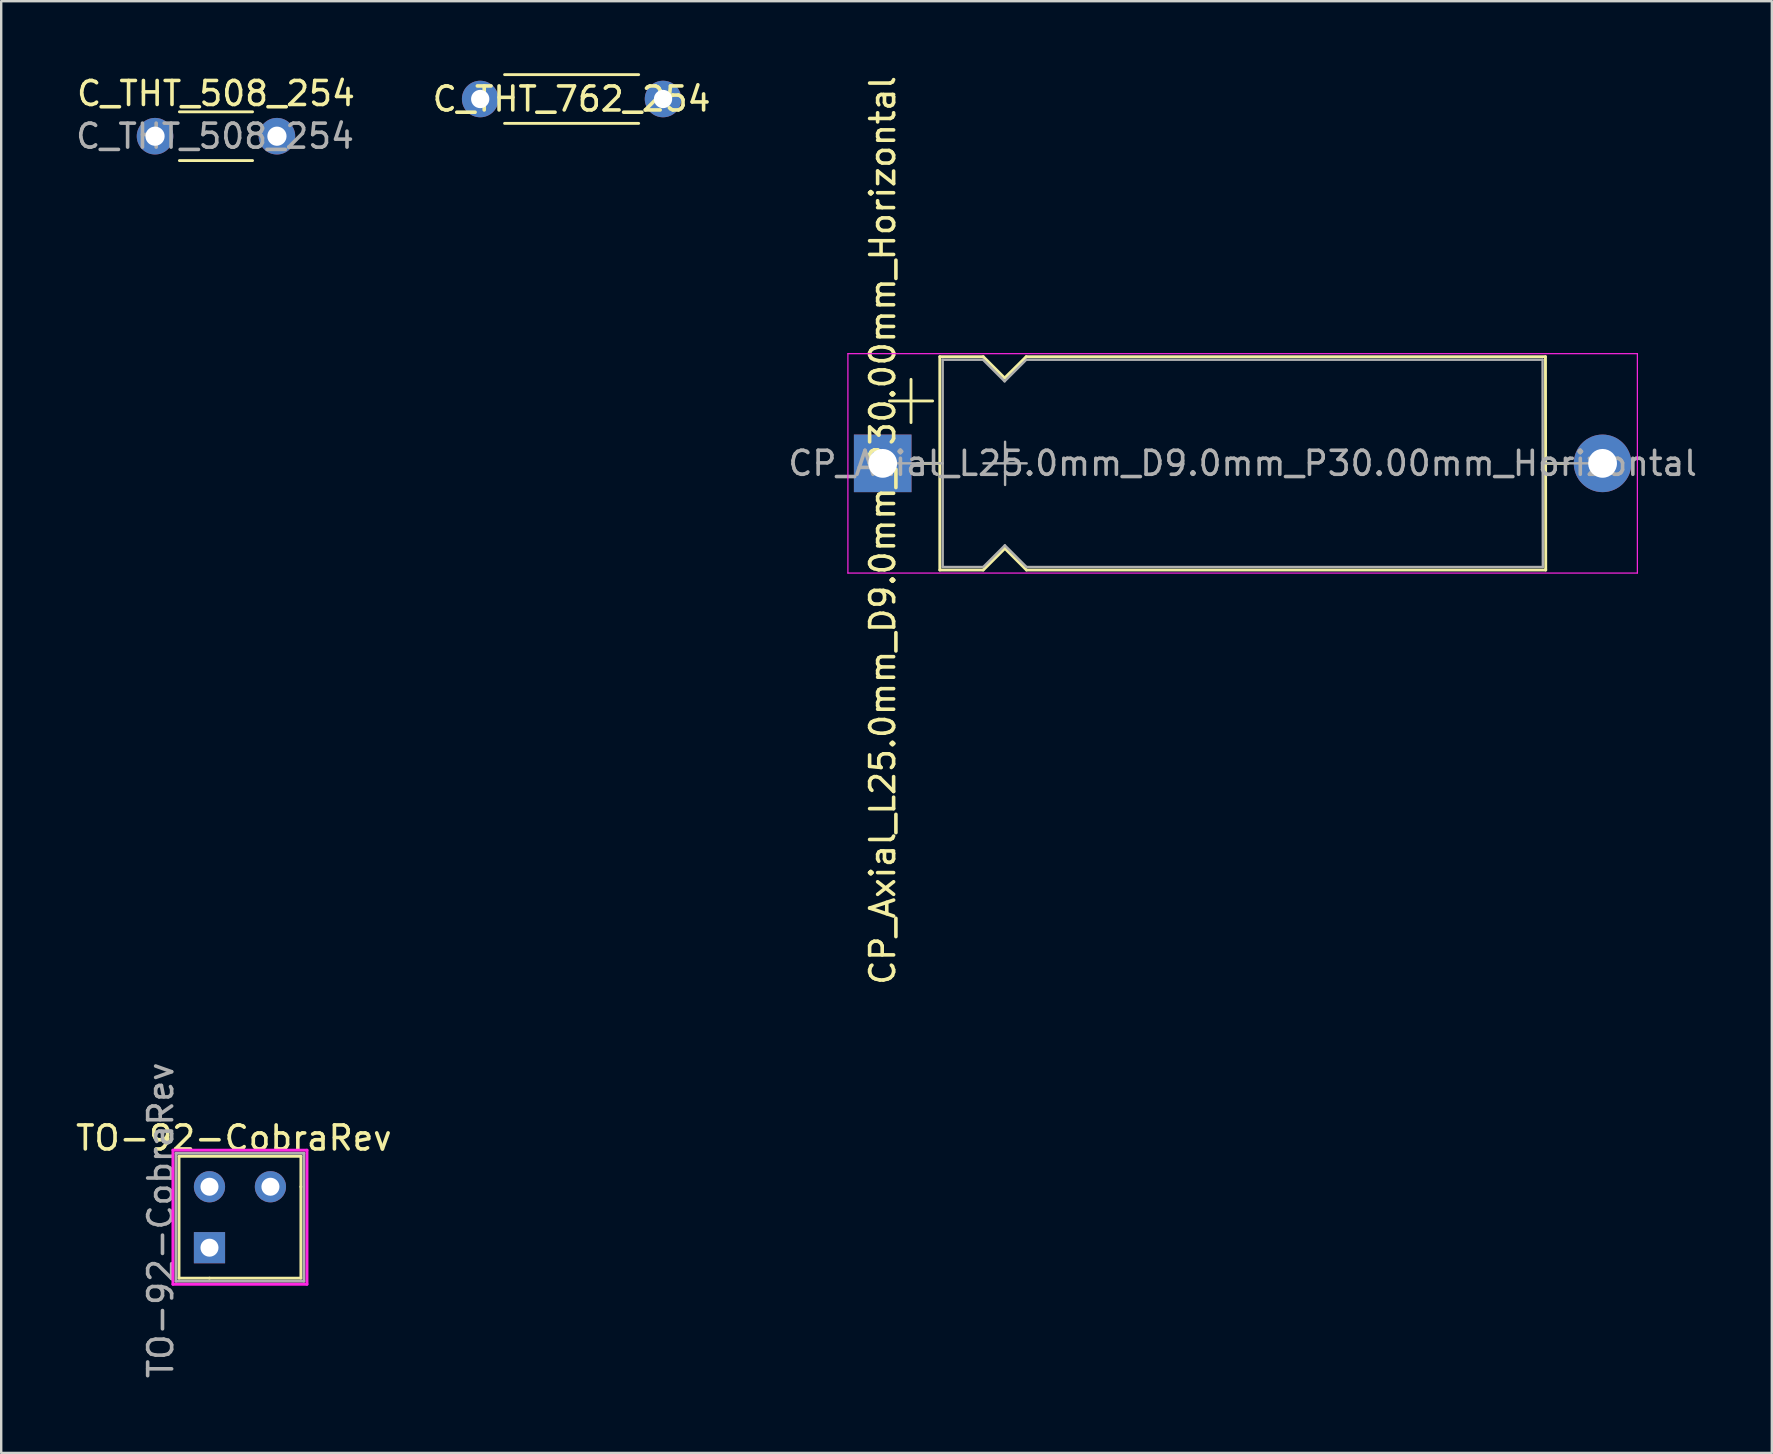
<source format=kicad_pcb>
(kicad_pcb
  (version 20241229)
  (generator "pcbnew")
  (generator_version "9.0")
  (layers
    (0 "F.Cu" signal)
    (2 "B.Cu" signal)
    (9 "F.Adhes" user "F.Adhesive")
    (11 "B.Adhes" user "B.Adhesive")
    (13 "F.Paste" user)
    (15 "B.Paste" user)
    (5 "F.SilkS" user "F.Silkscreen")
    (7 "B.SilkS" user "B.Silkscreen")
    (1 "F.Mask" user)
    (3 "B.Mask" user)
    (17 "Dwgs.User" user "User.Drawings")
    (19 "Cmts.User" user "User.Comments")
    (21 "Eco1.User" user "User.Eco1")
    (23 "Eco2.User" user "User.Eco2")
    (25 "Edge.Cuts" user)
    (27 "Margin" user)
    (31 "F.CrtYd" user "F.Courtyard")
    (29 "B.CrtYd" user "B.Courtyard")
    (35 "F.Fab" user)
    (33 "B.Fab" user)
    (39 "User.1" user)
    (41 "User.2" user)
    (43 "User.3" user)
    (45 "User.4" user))
  (footprint "TO-92-CobraRev"
    (layer "F.Cu")
    (at 8.22 46.407)
    (property "Reference" "TO-92-CobraRev" (at -1.524 -2.032 0) (layer "F.SilkS") (effects (font (size 1 1) (thickness 0.15))))
    (attr through_hole)
    (fp_line (start -3.81 -1.27) (end 1.27 -1.27) (stroke (width 0.12) (type solid)) (layer "F.SilkS"))
    (fp_line (start -3.81 3.81) (end -3.81 -1.27) (stroke (width 0.12) (type solid)) (layer "F.SilkS"))
    (fp_line (start -2.54 3.81) (end -3.81 3.81) (stroke (width 0.12) (type solid)) (layer "F.SilkS"))
    (fp_line (start -2.54 3.81) (end 1.27 3.81) (stroke (width 0.12) (type solid)) (layer "F.SilkS"))
    (fp_line (start 1.27 -1.27) (end 1.27 0) (stroke (width 0.12) (type solid)) (layer "F.SilkS"))
    (fp_line (start 1.27 3.81) (end 1.27 0) (stroke (width 0.12) (type solid)) (layer "F.SilkS"))
    (fp_line (start -4.064 -1.524) (end 1.524 -1.524) (stroke (width 0.12) (type solid)) (layer "F.CrtYd"))
    (fp_line (start -4.064 4.064) (end -4.064 -1.524) (stroke (width 0.12) (type solid)) (layer "F.CrtYd"))
    (fp_line (start 1.524 -1.524) (end 1.524 4.064) (stroke (width 0.12) (type solid)) (layer "F.CrtYd"))
    (fp_line (start 1.524 4.064) (end -4.064 4.064) (stroke (width 0.12) (type solid)) (layer "F.CrtYd"))
    (fp_line (start -3.937 -1.397) (end 1.397 -1.397) (stroke (width 0.12) (type solid)) (layer "F.Fab"))
    (fp_line (start -3.937 3.937) (end -3.937 -1.397) (stroke (width 0.12) (type solid)) (layer "F.Fab"))
    (fp_line (start 1.397 -1.397) (end 1.397 3.937) (stroke (width 0.12) (type solid)) (layer "F.Fab"))
    (fp_line (start 1.397 3.937) (end -3.937 3.937) (stroke (width 0.12) (type solid)) (layer "F.Fab"))
    (fp_text user "${REFERENCE}" (at -4.572 1.397 90) (layer "F.Fab") (effects (font (size 1 1) (thickness 0.15))))
    (pad "1" thru_hole rect (at -2.54 2.54) (size 1.3 1.3) (drill 0.75) (layers "*.Cu" "*.Mask"))
    (pad "2" thru_hole circle (at -2.54 0) (size 1.3 1.3) (drill 0.75) (layers "*.Cu" "*.Mask"))
    (pad "3" thru_hole circle (at 0 0) (size 1.3 1.3) (drill 0.75) (layers "*.Cu" "*.Mask")))
  (footprint "C_THT_508_254"
    (layer "F.Cu")
    (at 3.411 2.626)
    (property "Reference" "C_THT_508_254" (at 2.54 -1.778 180) (layer "F.SilkS") (effects (font (size 1 1) (thickness 0.15))))
    (attr through_hole)
    (fp_line (start 1.016 -1.016) (end 4.064 -1.016) (stroke (width 0.12) (type solid)) (layer "F.SilkS"))
    (fp_line (start 1.016 1.016) (end 4.064 1.016) (stroke (width 0.12) (type solid)) (layer "F.SilkS"))
    (fp_text user "${REFERENCE}" (at 2.5 0 180) (layer "F.Fab") (effects (font (size 1 1) (thickness 0.15))))
    (pad "1" thru_hole circle (at 0 0) (size 1.524 1.524) (drill 0.8) (layers "*.Cu" "*.Mask"))
    (pad "2" thru_hole circle (at 5.08 0) (size 1.524 1.524) (drill 0.8) (layers "*.Cu" "*.Mask")))
  (footprint "C_THT_762_254"
    (layer "F.Cu")
    (at 16.962 1.076)
    (property "Reference" "C_THT_762_254" (at 3.81 0 0) (layer "F.SilkS") (effects (font (size 1 1) (thickness 0.15))))
    (attr through_hole)
    (fp_line (start 1.016 -1.016) (end 6.604 -1.016) (stroke (width 0.12) (type solid)) (layer "F.SilkS"))
    (fp_line (start 1.016 1.016) (end 6.604 1.016) (stroke (width 0.12) (type solid)) (layer "F.SilkS"))
    (pad "1" thru_hole circle (at 0 0) (size 1.524 1.524) (drill 0.762) (layers "*.Cu" "*.Mask"))
    (pad "2" thru_hole circle (at 7.62 0) (size 1.524 1.524) (drill 0.762) (layers "*.Cu" "*.Mask")))
  (footprint "CP_Axial_L25.0mm_D9.0mm_P30.00mm_Horizontal"
    (layer "F.Cu")
    (at 33.736 16.26)
    (property "Reference" "CP_Axial_L25.0mm_D9.0mm_P30.00mm_Horizontal" (at 0 2.794 90) (layer "F.SilkS") (effects (font (size 1 1) (thickness 0.15))))
    (attr through_hole)
    (fp_line (start 0.28 -2.6) (end 2.08 -2.6) (stroke (width 0.12) (type solid)) (layer "F.SilkS"))
    (fp_line (start 1.18 -3.5) (end 1.18 -1.7) (stroke (width 0.12) (type solid)) (layer "F.SilkS"))
    (fp_line (start 1.44 0) (end 2.38 0) (stroke (width 0.12) (type solid)) (layer "F.SilkS"))
    (fp_line (start 2.38 -4.445) (end 2.38 4.445) (stroke (width 0.12) (type solid)) (layer "F.SilkS"))
    (fp_line (start 2.38 -4.445) (end 4.191 -4.445) (stroke (width 0.12) (type solid)) (layer "F.SilkS"))
    (fp_line (start 2.38 4.445) (end 4.18 4.445) (stroke (width 0.12) (type solid)) (layer "F.SilkS"))
    (fp_line (start 4.191 -4.445) (end 5.08 -3.556) (stroke (width 0.12) (type solid)) (layer "F.SilkS"))
    (fp_line (start 4.191 4.445) (end 5.091 3.545) (stroke (width 0.12) (type solid)) (layer "F.SilkS"))
    (fp_line (start 5.08 -3.556) (end 5.98 -4.445) (stroke (width 0.12) (type solid)) (layer "F.SilkS"))
    (fp_line (start 5.091 3.545) (end 5.991 4.445) (stroke (width 0.12) (type solid)) (layer "F.SilkS"))
    (fp_line (start 5.98 -4.445) (end 27.62 -4.445) (stroke (width 0.12) (type solid)) (layer "F.SilkS"))
    (fp_line (start 5.991 4.445) (end 27.631 4.445) (stroke (width 0.12) (type solid)) (layer "F.SilkS"))
    (fp_line (start 27.62 -4.445) (end 27.631 4.445) (stroke (width 0.12) (type solid)) (layer "F.SilkS"))
    (fp_line (start 28.56 0) (end 27.62 0) (stroke (width 0.12) (type solid)) (layer "F.SilkS"))
    (fp_line (start -1.45 -4.572) (end -1.45 4.572) (stroke (width 0.05) (type solid)) (layer "F.CrtYd"))
    (fp_line (start -1.45 4.572) (end 31.45 4.572) (stroke (width 0.05) (type solid)) (layer "F.CrtYd"))
    (fp_line (start 31.45 -4.572) (end -1.45 -4.572) (stroke (width 0.05) (type solid)) (layer "F.CrtYd"))
    (fp_line (start 31.45 4.572) (end 31.45 -4.572) (stroke (width 0.05) (type solid)) (layer "F.CrtYd"))
    (fp_line (start 0 0) (end 2.5 0) (stroke (width 0.1) (type solid)) (layer "F.Fab"))
    (fp_line (start 2.5 -4.318) (end 2.5 4.318) (stroke (width 0.1) (type solid)) (layer "F.Fab"))
    (fp_line (start 2.5 -4.318) (end 4.18 -4.318) (stroke (width 0.1) (type solid)) (layer "F.Fab"))
    (fp_line (start 2.5 4.318) (end 4.18 4.318) (stroke (width 0.1) (type solid)) (layer "F.Fab"))
    (fp_line (start 4.18 -4.318) (end 5.08 -3.418) (stroke (width 0.1) (type solid)) (layer "F.Fab"))
    (fp_line (start 4.191 4.318) (end 5.091 3.418) (stroke (width 0.1) (type solid)) (layer "F.Fab"))
    (fp_line (start 4.2 0) (end 6 0) (stroke (width 0.1) (type solid)) (layer "F.Fab"))
    (fp_line (start 5.08 -3.418) (end 5.98 -4.318) (stroke (width 0.1) (type solid)) (layer "F.Fab"))
    (fp_line (start 5.091 3.418) (end 5.991 4.318) (stroke (width 0.1) (type solid)) (layer "F.Fab"))
    (fp_line (start 5.1 -0.9) (end 5.1 0.9) (stroke (width 0.1) (type solid)) (layer "F.Fab"))
    (fp_line (start 5.98 -4.318) (end 27.5 -4.318) (stroke (width 0.1) (type solid)) (layer "F.Fab"))
    (fp_line (start 5.991 4.318) (end 27.511 4.318) (stroke (width 0.1) (type solid)) (layer "F.Fab"))
    (fp_line (start 27.5 -4.318) (end 27.511 4.318) (stroke (width 0.1) (type solid)) (layer "F.Fab"))
    (fp_line (start 30 0) (end 27.5 0) (stroke (width 0.1) (type solid)) (layer "F.Fab"))
    (fp_text user "${REFERENCE}" (at 15 0 0) (layer "F.Fab") (effects (font (size 1 1) (thickness 0.15))))
    (pad "1" thru_hole rect (at 0 0) (size 2.4 2.4) (drill 1.2) (layers "*.Cu" "*.Mask"))
    (pad "2" thru_hole oval (at 30 0) (size 2.4 2.4) (drill 1.2) (layers "*.Cu" "*.Mask")))
  (gr_rect
    (start -3 -3)
    (end 70.79 57.5)
    (stroke (width 0.1) (type default))
    (fill no)
    (layer "Edge.Cuts")))
</source>
